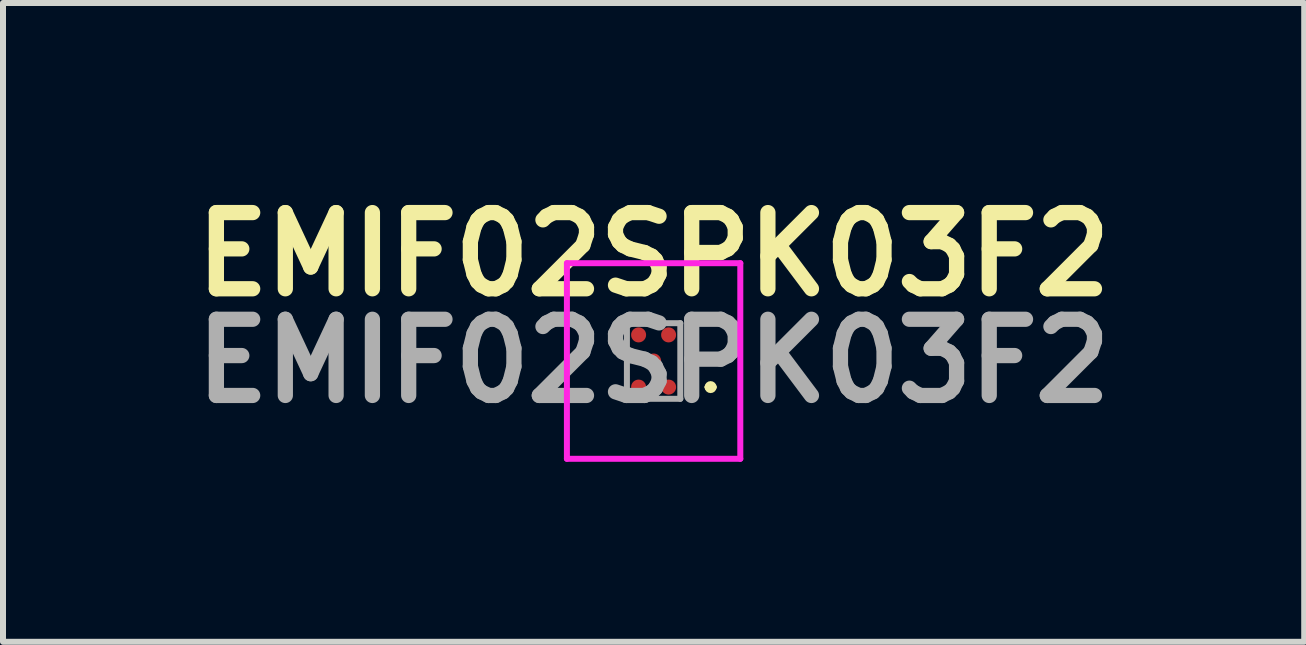
<source format=kicad_pcb>
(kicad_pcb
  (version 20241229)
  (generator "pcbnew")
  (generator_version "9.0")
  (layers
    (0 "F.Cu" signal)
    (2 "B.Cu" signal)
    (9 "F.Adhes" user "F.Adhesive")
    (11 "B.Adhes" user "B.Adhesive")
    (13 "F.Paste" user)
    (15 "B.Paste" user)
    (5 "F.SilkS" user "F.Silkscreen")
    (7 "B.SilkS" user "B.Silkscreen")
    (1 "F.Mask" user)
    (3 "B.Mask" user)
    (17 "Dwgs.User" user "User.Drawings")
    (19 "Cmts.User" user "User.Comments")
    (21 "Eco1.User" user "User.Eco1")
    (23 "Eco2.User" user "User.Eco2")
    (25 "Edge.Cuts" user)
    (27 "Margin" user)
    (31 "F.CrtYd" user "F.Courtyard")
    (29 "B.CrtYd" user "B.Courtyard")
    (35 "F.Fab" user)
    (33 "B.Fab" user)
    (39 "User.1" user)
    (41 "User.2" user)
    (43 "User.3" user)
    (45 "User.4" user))
  (footprint "EMIF02SPK03F2"
    (layer "F.Cu")
    (at 7.844 2.967)
    (property "Reference" "EMIF02SPK03F2" (at 0 -1.778 0) (layer "F.SilkS") (effects (font (size 1.27 1.27) (thickness 0.254))))
    (attr smd)
    (fp_line (start 0.9 0.435) (end 0.9 0.435) (stroke (width 0.1) (type solid)) (layer "F.SilkS"))
    (fp_line (start 1 0.435) (end 1 0.435) (stroke (width 0.1) (type solid)) (layer "F.SilkS"))
    (fp_arc (start 0.9 0.435) (mid 0.95 0.385) (end 1 0.435) (stroke (width 0.1) (type solid)) (layer "F.SilkS"))
    (fp_arc (start 1 0.435) (mid 0.95 0.485) (end 0.9 0.435) (stroke (width 0.1) (type solid)) (layer "F.SilkS"))
    (fp_line (start -1.445 -1.63) (end -1.445 1.63) (stroke (width 0.1) (type solid)) (layer "F.CrtYd"))
    (fp_line (start -1.445 1.63) (end 1.445 1.63) (stroke (width 0.1) (type solid)) (layer "F.CrtYd"))
    (fp_line (start 1.445 -1.63) (end -1.445 -1.63) (stroke (width 0.1) (type solid)) (layer "F.CrtYd"))
    (fp_line (start 1.445 1.63) (end 1.445 -1.63) (stroke (width 0.1) (type solid)) (layer "F.CrtYd"))
    (fp_line (start -0.445 -0.63) (end 0.445 -0.63) (stroke (width 0.1) (type solid)) (layer "F.Fab"))
    (fp_line (start -0.445 0.63) (end -0.445 -0.63) (stroke (width 0.1) (type solid)) (layer "F.Fab"))
    (fp_line (start 0.445 -0.63) (end 0.445 0.63) (stroke (width 0.1) (type solid)) (layer "F.Fab"))
    (fp_line (start 0.445 0.63) (end -0.445 0.63) (stroke (width 0.1) (type solid)) (layer "F.Fab"))
    (fp_text user "${REFERENCE}" (at 0 0 0) (layer "F.Fab") (effects (font (size 1.27 1.27) (thickness 0.254))))
    (pad "A1" smd circle (at 0.25 0.435 90) (size 0.25 0.25) (layers "F.Cu" "F.Mask" "F.Paste"))
    (pad "A3" smd circle (at -0.25 0.435 90) (size 0.25 0.25) (layers "F.Cu" "F.Mask" "F.Paste"))
    (pad "B2" smd circle (at 0 0 90) (size 0.25 0.25) (layers "F.Cu" "F.Mask" "F.Paste"))
    (pad "C1" smd circle (at 0.25 -0.435 90) (size 0.25 0.25) (layers "F.Cu" "F.Mask" "F.Paste"))
    (pad "C3" smd circle (at -0.25 -0.435 90) (size 0.25 0.25) (layers "F.Cu" "F.Mask" "F.Paste")))
  (gr_rect
    (start -3 -3)
    (end 18.688 7.647)
    (stroke (width 0.1) (type default))
    (fill no)
    (layer "Edge.Cuts")))
</source>
